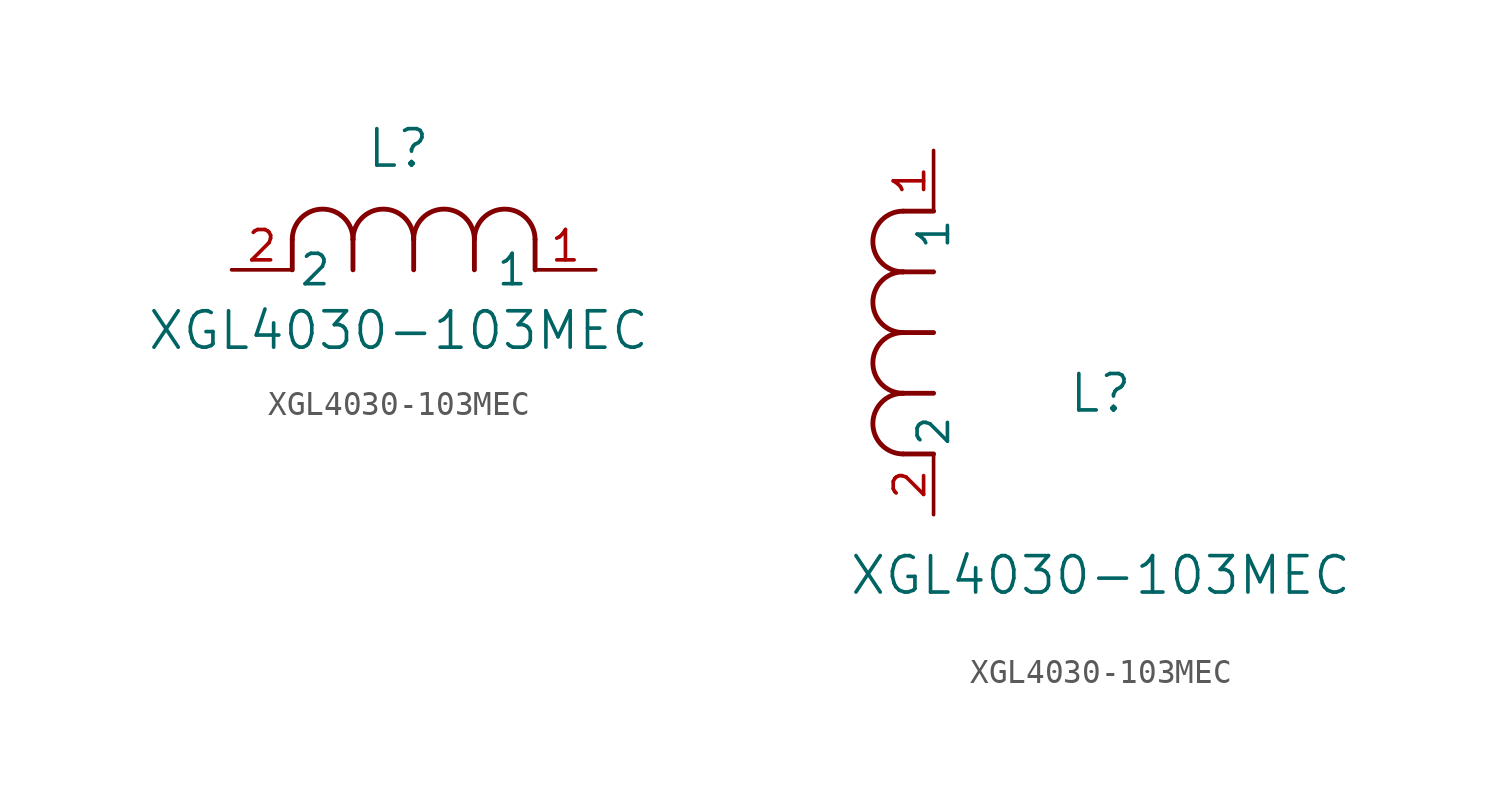
<source format=kicad_sym>
(kicad_symbol_lib
  (version 20211014)
  (generator kicad_symbol_editor)
  (symbol "XGL4030-103MEC"
    (pin_names
      (offset 0.254))
    (property "Reference" "L"
      (at 6.985 5.08 0)
      (effects (font (size 1.524 1.524))))
    (property "Value" "XGL4030-103MEC"
      (at 6.985 -2.54 0)
      (effects (font (size 1.524 1.524))))
    (symbol "XGL4030-103MEC_1_1"
      (arc (start 7.62 1.27) (mid 6.35 2.54) (end 5.08 1.27) (stroke (width 0.2032) (type default) (color 0 0 0 0)) (fill (type none)))
      (polyline (pts (xy 5.08 0) (xy 5.08 1.27)) (stroke (width 0.203) (type default) (color 0 0 0 0)) (fill (type none)))
      (polyline (pts (xy 7.62 0) (xy 7.62 1.27)) (stroke (width 0.203) (type default) (color 0 0 0 0)) (fill (type none)))
      (polyline (pts (xy 12.7 0) (xy 12.7 1.27)) (stroke (width 0.203) (type default) (color 0 0 0 0)) (fill (type none)))
      (arc (start 5.08 1.27) (mid 3.81 2.54) (end 2.54 1.27) (stroke (width 0.2032) (type default) (color 0 0 0 0)) (fill (type none)))
      (arc (start 10.16 1.27) (mid 8.89 2.54) (end 7.62 1.27) (stroke (width 0.2032) (type default) (color 0 0 0 0)) (fill (type none)))
      (arc (start 12.7 1.27) (mid 11.43 2.54) (end 10.16 1.27) (stroke (width 0.2032) (type default) (color 0 0 0 0)) (fill (type none)))
      (polyline (pts (xy 2.54 0) (xy 2.54 1.27)) (stroke (width 0.203) (type default) (color 0 0 0 0)) (fill (type none)))
      (polyline (pts (xy 10.16 0) (xy 10.16 1.27)) (stroke (width 0.203) (type default) (color 0 0 0 0)) (fill (type none)))
      (pin unspecified line (at 0 0 0) (length 2.54) (name "2" (effects (font (size 1.27 1.27)))) (number "2" (effects (font (size 1.27 1.27)))))
      (pin unspecified line (at 15.24 0 180) (length 2.54) (name "1" (effects (font (size 1.27 1.27)))) (number "1" (effects (font (size 1.27 1.27))))))
    (symbol "XGL4030-103MEC_1_2"
      (arc (start -1.27 7.62) (mid -2.54 6.35) (end -1.27 5.08) (stroke (width 0.2032) (type default) (color 0 0 0 0)) (fill (type none)))
      (arc (start -1.27 5.08) (mid -2.54 3.81) (end -1.27 2.54) (stroke (width 0.2032) (type default) (color 0 0 0 0)) (fill (type none)))
      (arc (start -1.27 12.7) (mid -2.54 11.43) (end -1.27 10.16) (stroke (width 0.2032) (type default) (color 0 0 0 0)) (fill (type none)))
      (arc (start -1.27 10.16) (mid -2.54 8.89) (end -1.27 7.62) (stroke (width 0.2032) (type default) (color 0 0 0 0)) (fill (type none)))
      (polyline (pts (xy 0 7.62) (xy -1.27 7.62)) (stroke (width 0.203) (type default) (color 0 0 0 0)) (fill (type none)))
      (polyline (pts (xy 0 5.08) (xy -1.27 5.08)) (stroke (width 0.203) (type default) (color 0 0 0 0)) (fill (type none)))
      (polyline (pts (xy 0 12.7) (xy -1.27 12.7)) (stroke (width 0.203) (type default) (color 0 0 0 0)) (fill (type none)))
      (polyline (pts (xy 0 2.54) (xy -1.27 2.54)) (stroke (width 0.203) (type default) (color 0 0 0 0)) (fill (type none)))
      (polyline (pts (xy 0 10.16) (xy -1.27 10.16)) (stroke (width 0.203) (type default) (color 0 0 0 0)) (fill (type none)))
      (pin unspecified line (at 0 0 90) (length 2.54) (name "2" (effects (font (size 1.27 1.27)))) (number "2" (effects (font (size 1.27 1.27)))))
      (pin unspecified line (at 0 15.24 270) (length 2.54) (name "1" (effects (font (size 1.27 1.27)))) (number "1" (effects (font (size 1.27 1.27))))))))
</source>
